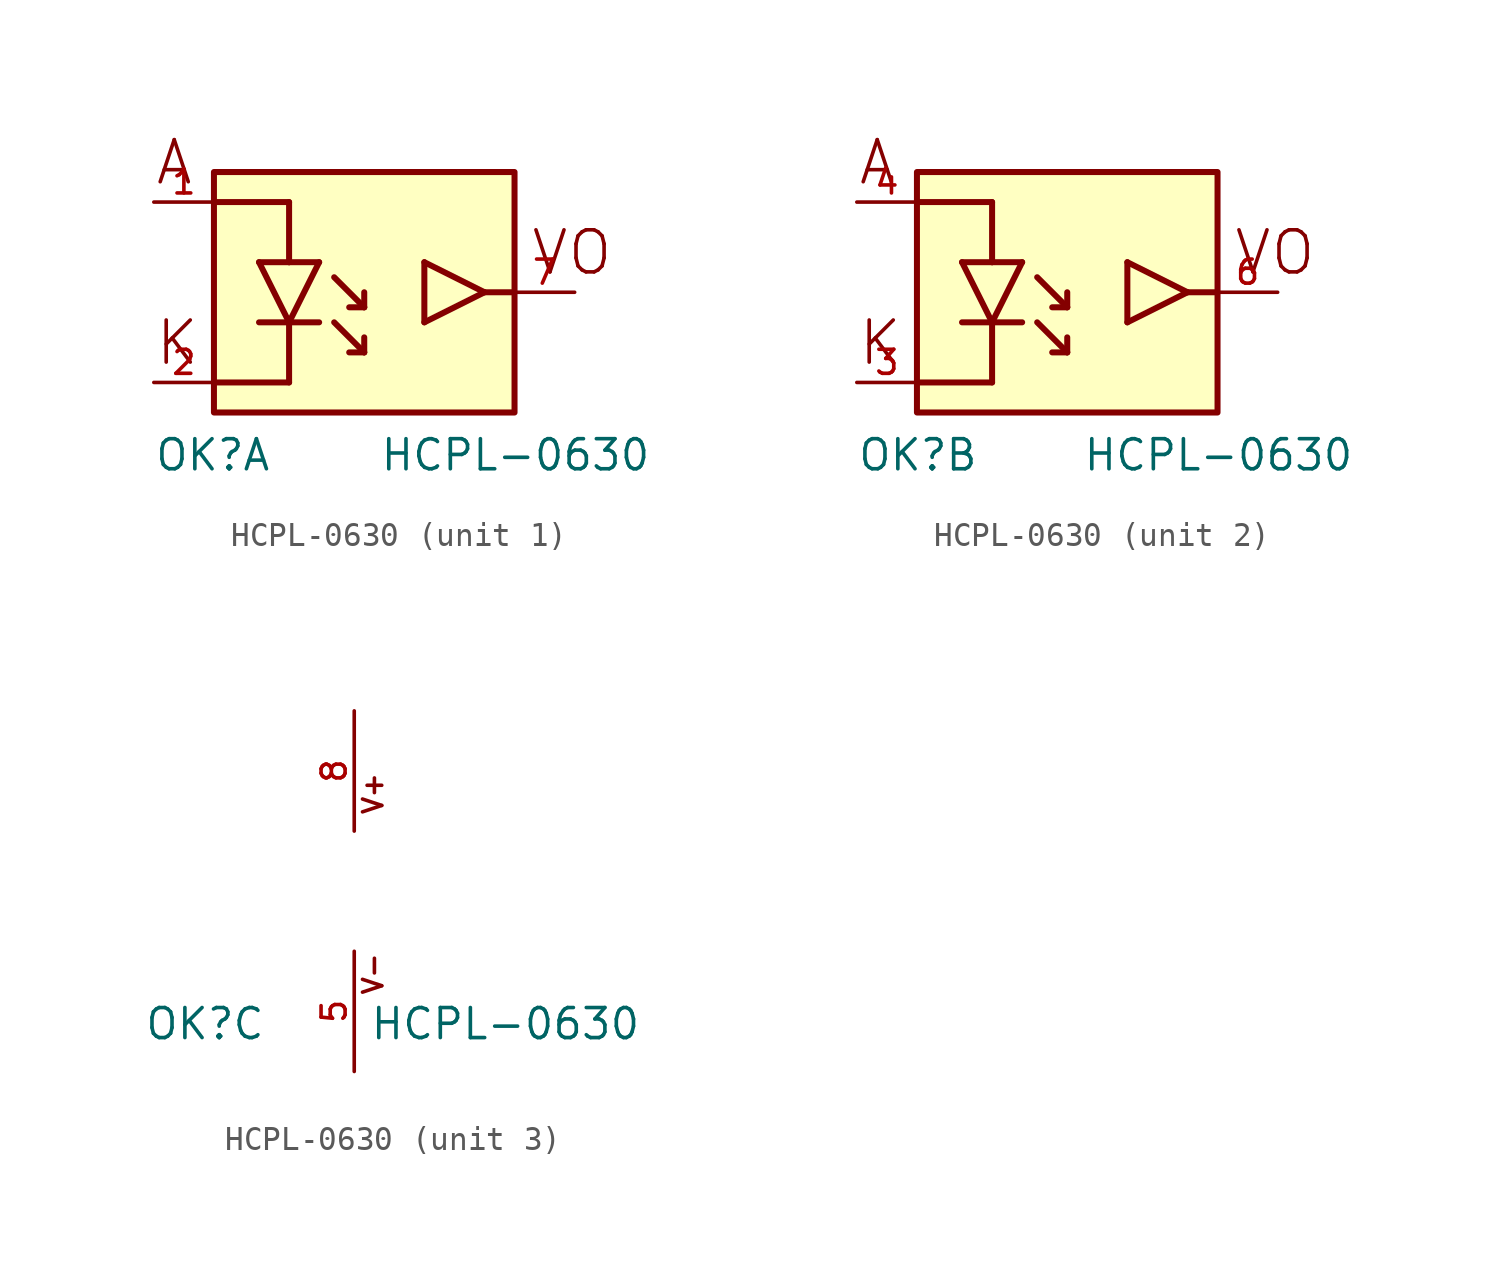
<source format=kicad_sym>
(kicad_symbol_lib
  (version 20211014)
  (generator kicad_symbol_editor)
  (symbol "HCPL-0630"
    (pin_names
      (offset 1.016))
    (property "Reference" "OK"
      (at -8.89 -6.35 0)
      (effects (font (size 1.27 1.27)) (justify bottom left)))
    (property "Value" "HCPL-0630"
      (at 0.635 -6.35 0)
      (effects (font (size 1.27 1.27)) (justify bottom left)))
    (symbol "HCPL-0630_1_0"
      (polyline (pts (xy -4.445 2.54) (xy -3.175 2.54)) (stroke (width 0.254)))
      (polyline (pts (xy -3.175 2.54) (xy -1.905 2.54)) (stroke (width 0.254)))
      (polyline (pts (xy -1.905 2.54) (xy -3.175 0.0)) (stroke (width 0.254)))
      (polyline (pts (xy -3.175 0.0) (xy -4.445 2.54)) (stroke (width 0.254)))
      (polyline (pts (xy -4.445 0.0) (xy -3.175 0.0)) (stroke (width 0.254)))
      (polyline (pts (xy -3.175 0.0) (xy -1.905 0.0)) (stroke (width 0.254)))
      (polyline (pts (xy -3.175 0.0) (xy -3.175 -2.54)) (stroke (width 0.254)))
      (polyline (pts (xy -3.175 2.54) (xy -3.175 5.08)) (stroke (width 0.254)))
      (polyline (pts (xy 2.54 2.54) (xy 2.54 0.0)) (stroke (width 0.254)))
      (polyline (pts (xy -3.175 -2.54) (xy -6.35 -2.54)) (stroke (width 0.254)))
      (polyline (pts (xy -3.175 5.08) (xy -6.35 5.08)) (stroke (width 0.254)))
      (polyline (pts (xy -1.27 1.905) (xy 0.0 0.635)) (stroke (width 0.254)))
      (polyline (pts (xy 0.0 1.27) (xy 0.0 0.635)) (stroke (width 0.254)))
      (polyline (pts (xy 0.0 0.635) (xy -0.635 0.635)) (stroke (width 0.254)))
      (polyline (pts (xy -1.27 0.0) (xy 0.0 -1.27)) (stroke (width 0.254)))
      (polyline (pts (xy 0.0 -1.27) (xy 0.0 -0.635)) (stroke (width 0.254)))
      (polyline (pts (xy 0.0 -1.27) (xy -0.635 -1.27)) (stroke (width 0.254)))
      (text "A" (at -8.89 5.715 0) (effects (font (size 1.778 1.778)) (justify bottom left)))
      (text "K" (at -8.89 -1.905 0) (effects (font (size 1.778 1.778)) (justify bottom left)))
      (text "VO" (at 6.985 1.905 0) (effects (font (size 1.778 1.778)) (justify bottom left)))
      (polyline (pts (xy 2.54 2.54) (xy 5.08 1.27)) (stroke (width 0.254)))
      (polyline (pts (xy 2.54 0.0) (xy 5.08 1.27)) (stroke (width 0.254)))
      (polyline (pts (xy 5.08 1.27) (xy 6.35 1.27)) (stroke (width 0.254)))
      (rectangle (start -6.35 -3.81) (end 6.35 6.35) (stroke (width 0.254)) (fill (type background)))
      (pin bidirectional line (at -8.89 5.08 0) (length 2.54) (name "~" (effects (font (size 1.016 1.016)))) (number "1" (effects (font (size 1.016 1.016)))))
      (pin bidirectional line (at -8.89 -2.54 0) (length 2.54) (name "~" (effects (font (size 1.016 1.016)))) (number "2" (effects (font (size 1.016 1.016)))))
      (pin bidirectional line (at 8.89 1.27 180.0) (length 2.54) (name "~" (effects (font (size 1.016 1.016)))) (number "7" (effects (font (size 1.016 1.016))))))
    (symbol "HCPL-0630_2_0"
      (polyline (pts (xy -4.445 2.54) (xy -3.175 2.54)) (stroke (width 0.254)))
      (polyline (pts (xy -3.175 2.54) (xy -1.905 2.54)) (stroke (width 0.254)))
      (polyline (pts (xy -1.905 2.54) (xy -3.175 0.0)) (stroke (width 0.254)))
      (polyline (pts (xy -3.175 0.0) (xy -4.445 2.54)) (stroke (width 0.254)))
      (polyline (pts (xy -4.445 0.0) (xy -3.175 0.0)) (stroke (width 0.254)))
      (polyline (pts (xy -3.175 0.0) (xy -1.905 0.0)) (stroke (width 0.254)))
      (polyline (pts (xy -3.175 0.0) (xy -3.175 -2.54)) (stroke (width 0.254)))
      (polyline (pts (xy -3.175 2.54) (xy -3.175 5.08)) (stroke (width 0.254)))
      (polyline (pts (xy 2.54 2.54) (xy 2.54 0.0)) (stroke (width 0.254)))
      (polyline (pts (xy -3.175 -2.54) (xy -6.35 -2.54)) (stroke (width 0.254)))
      (polyline (pts (xy -3.175 5.08) (xy -6.35 5.08)) (stroke (width 0.254)))
      (polyline (pts (xy -1.27 1.905) (xy 0.0 0.635)) (stroke (width 0.254)))
      (polyline (pts (xy 0.0 1.27) (xy 0.0 0.635)) (stroke (width 0.254)))
      (polyline (pts (xy 0.0 0.635) (xy -0.635 0.635)) (stroke (width 0.254)))
      (polyline (pts (xy -1.27 0.0) (xy 0.0 -1.27)) (stroke (width 0.254)))
      (polyline (pts (xy 0.0 -1.27) (xy 0.0 -0.635)) (stroke (width 0.254)))
      (polyline (pts (xy 0.0 -1.27) (xy -0.635 -1.27)) (stroke (width 0.254)))
      (text "A" (at -8.89 5.715 0) (effects (font (size 1.778 1.778)) (justify bottom left)))
      (text "K" (at -8.89 -1.905 0) (effects (font (size 1.778 1.778)) (justify bottom left)))
      (text "VO" (at 6.985 1.905 0) (effects (font (size 1.778 1.778)) (justify bottom left)))
      (polyline (pts (xy 2.54 2.54) (xy 5.08 1.27)) (stroke (width 0.254)))
      (polyline (pts (xy 2.54 0.0) (xy 5.08 1.27)) (stroke (width 0.254)))
      (polyline (pts (xy 5.08 1.27) (xy 6.35 1.27)) (stroke (width 0.254)))
      (rectangle (start -6.35 -3.81) (end 6.35 6.35) (stroke (width 0.254)) (fill (type background)))
      (pin bidirectional line (at -8.89 5.08 0) (length 2.54) (name "~" (effects (font (size 1.016 1.016)))) (number "4" (effects (font (size 1.016 1.016)))))
      (pin bidirectional line (at -8.89 -2.54 0) (length 2.54) (name "~" (effects (font (size 1.016 1.016)))) (number "3" (effects (font (size 1.016 1.016)))))
      (pin bidirectional line (at 8.89 1.27 180.0) (length 2.54) (name "~" (effects (font (size 1.016 1.016)))) (number "6" (effects (font (size 1.016 1.016))))))
    (symbol "HCPL-0630_3_0"
      (text "V+" (at 1.27 3.175 900) (effects (font (size 0.813 0.813)) (justify bottom left)))
      (text "V-" (at 1.27 -4.445 900) (effects (font (size 0.813 0.813)) (justify bottom left)))
      (pin power_in line (at 0.0 7.62 270.0) (length 5.08) (name "~" (effects (font (size 1.016 1.016)))) (number "8" (effects (font (size 1.016 1.016)))))
      (pin power_in line (at 0.0 -7.62 90.0) (length 5.08) (name "~" (effects (font (size 1.016 1.016)))) (number "5" (effects (font (size 1.016 1.016))))))))
</source>
